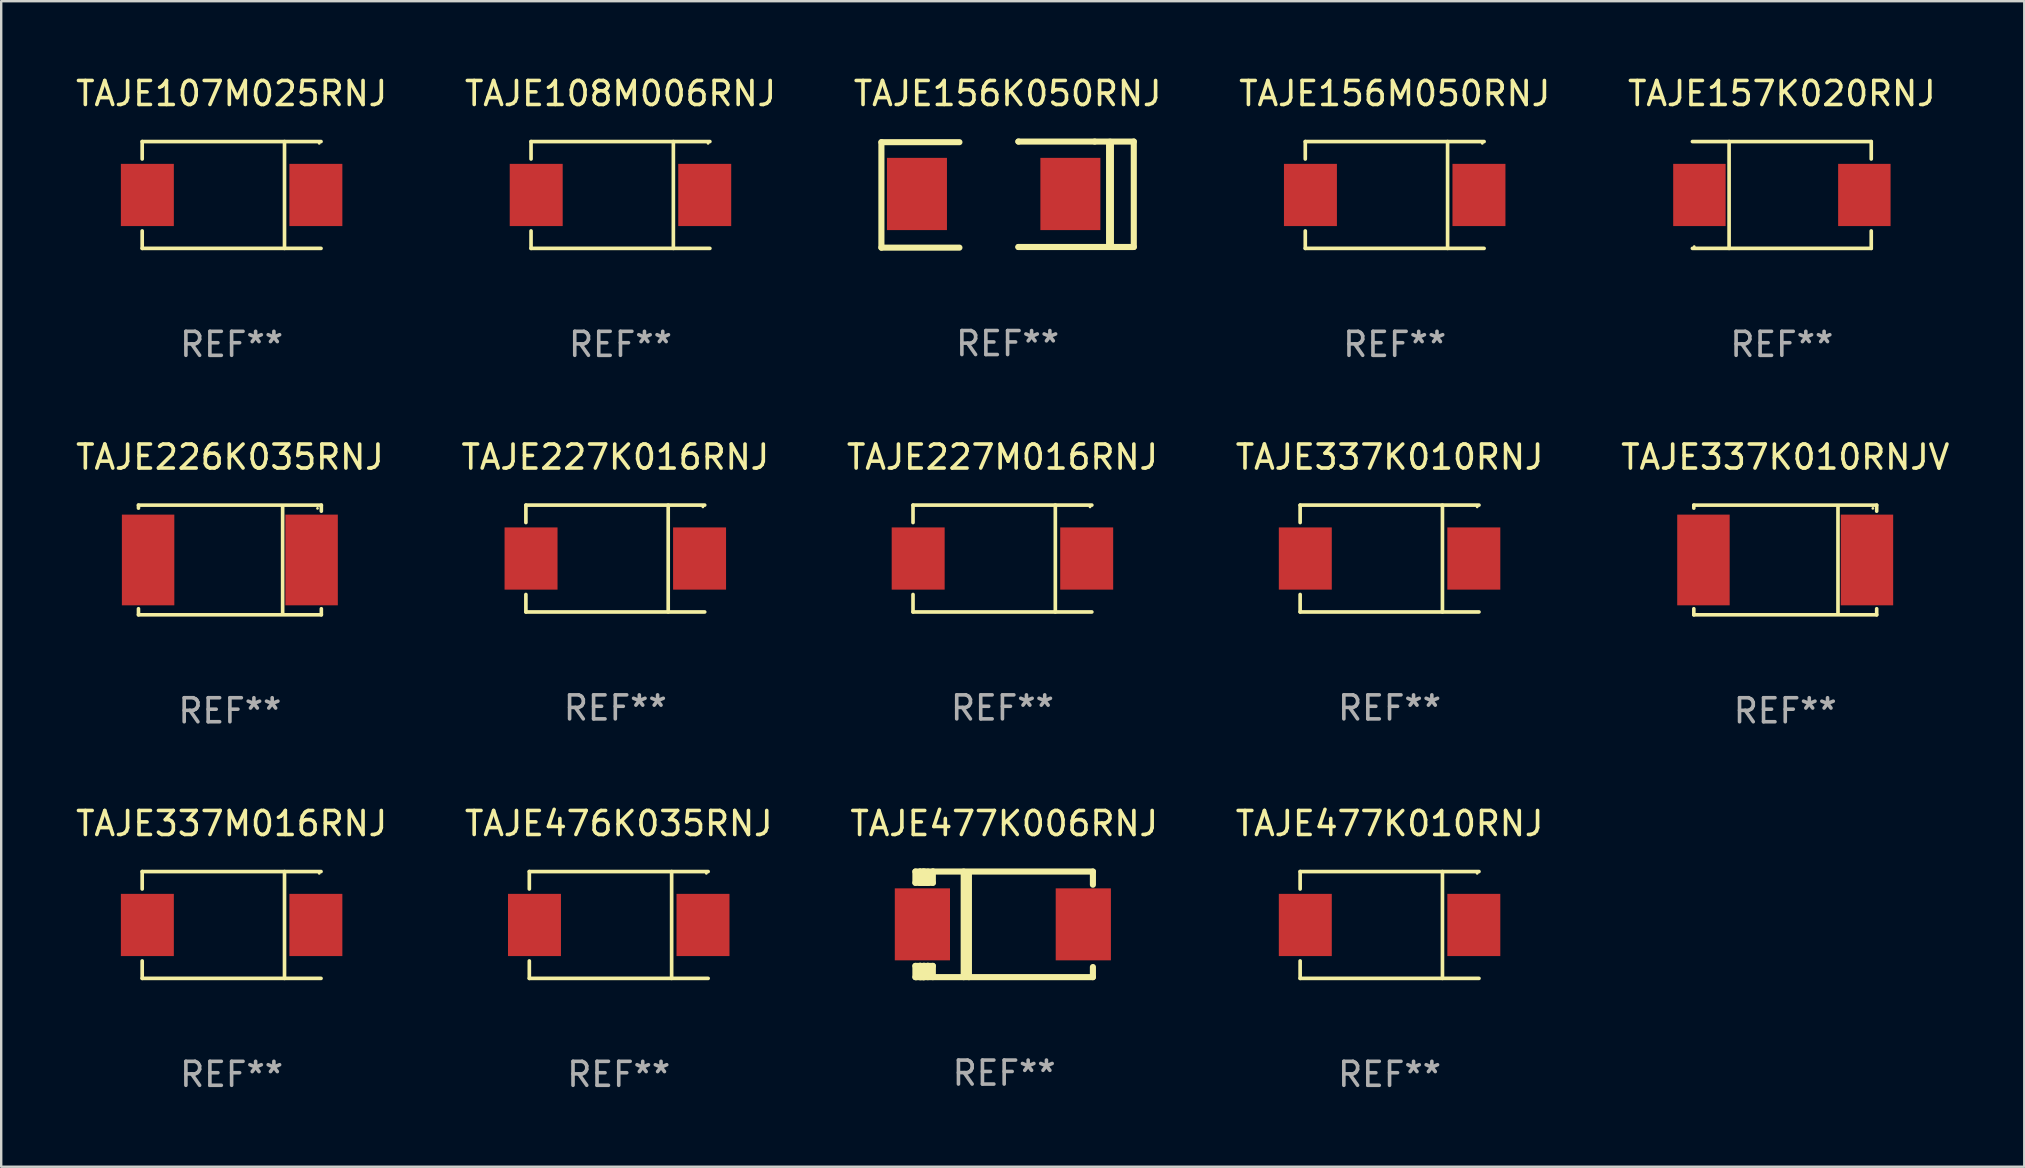
<source format=kicad_pcb>
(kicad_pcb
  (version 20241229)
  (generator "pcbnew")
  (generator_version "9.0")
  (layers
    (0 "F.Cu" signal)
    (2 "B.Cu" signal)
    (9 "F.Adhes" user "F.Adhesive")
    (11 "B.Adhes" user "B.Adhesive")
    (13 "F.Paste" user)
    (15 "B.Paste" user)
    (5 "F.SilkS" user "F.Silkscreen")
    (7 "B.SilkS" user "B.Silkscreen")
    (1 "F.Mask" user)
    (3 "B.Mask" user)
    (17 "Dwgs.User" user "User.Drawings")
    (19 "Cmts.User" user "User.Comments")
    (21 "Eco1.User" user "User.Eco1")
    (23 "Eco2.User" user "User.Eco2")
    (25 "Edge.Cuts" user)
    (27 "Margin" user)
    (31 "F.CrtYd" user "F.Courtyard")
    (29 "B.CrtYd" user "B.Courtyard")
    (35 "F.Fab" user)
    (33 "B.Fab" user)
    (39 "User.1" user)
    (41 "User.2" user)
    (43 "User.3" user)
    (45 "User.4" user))
  (footprint "TAJE226K035RNJ"
    (layer "F.Cu")
    (at 6.53 20.283)
    (property "Reference" "TAJE226K035RNJ" (at 0 -4.286 0) (layer "F.SilkS") (effects (font (size 1 1) (thickness 0.15))))
    (attr through_hole)
    (fp_line (start -3.81 -2.286) (end -3.81 -2.159) (stroke (width 0.15) (type solid)) (layer "F.SilkS"))
    (fp_line (start -3.81 2.032) (end -3.81 2.286) (stroke (width 0.15) (type solid)) (layer "F.SilkS"))
    (fp_line (start -3.81 2.286) (end 3.81 2.286) (stroke (width 0.15) (type solid)) (layer "F.SilkS"))
    (fp_line (start 2.197 -2.226) (end 2.197 2.226) (stroke (width 0.152) (type solid)) (layer "F.SilkS"))
    (fp_line (start 3.81 -2.286) (end -3.81 -2.286) (stroke (width 0.15) (type solid)) (layer "F.SilkS"))
    (fp_line (start 3.81 -2.032) (end 3.81 -2.286) (stroke (width 0.15) (type solid)) (layer "F.SilkS"))
    (fp_line (start 3.81 2.286) (end 3.81 2.032) (stroke (width 0.15) (type solid)) (layer "F.SilkS"))
    (fp_circle (center 3.65 -2.15) (end 3.68 -2.15) (stroke (width 0.06) (type solid)) (fill no) (layer "F.SilkS"))
    (fp_text user "REF**" (at 0 6.286 0) (layer "F.Fab") (effects (font (size 1 1) (thickness 0.15))))
    (pad "1" smd rect (at 3.404 0 180) (size 2.185 3.78) (layers "F.Cu" "F.Mask" "F.Paste"))
    (pad "2" smd rect (at -3.409 0 180) (size 2.185 3.78) (layers "F.Cu" "F.Mask" "F.Paste")))
  (footprint "TAJE156M050RNJ"
    (layer "F.Cu")
    (at 55.065 5.074)
    (property "Reference" "TAJE156M050RNJ" (at 0 -4.226 0) (layer "F.SilkS") (effects (font (size 1 1) (thickness 0.15))))
    (attr through_hole)
    (fp_line (start -3.726 -2.226) (end -3.726 -1.499) (stroke (width 0.152) (type solid)) (layer "F.SilkS"))
    (fp_line (start -3.726 -2.226) (end 3.726 -2.226) (stroke (width 0.152) (type solid)) (layer "F.SilkS"))
    (fp_line (start -3.726 2.226) (end -3.726 1.499) (stroke (width 0.152) (type solid)) (layer "F.SilkS"))
    (fp_line (start -3.726 2.226) (end 3.726 2.226) (stroke (width 0.152) (type solid)) (layer "F.SilkS"))
    (fp_line (start 2.204 -2.226) (end 2.204 2.226) (stroke (width 0.152) (type solid)) (layer "F.SilkS"))
    (fp_circle (center 3.65 -2.15) (end 3.68 -2.15) (stroke (width 0.06) (type solid)) (fill no) (layer "F.SilkS"))
    (fp_text user "REF**" (at 0 6.226 0) (layer "F.Fab") (effects (font (size 1 1) (thickness 0.15))))
    (pad "1" smd rect (at 3.511 0) (size 2.207 2.592) (layers "F.Cu" "F.Mask" "F.Paste"))
    (pad "2" smd rect (at -3.511 0) (size 2.207 2.592) (layers "F.Cu" "F.Mask" "F.Paste")))
  (footprint "TAJE477K006RNJ"
    (layer "F.Cu")
    (at 38.792 35.466)
    (property "Reference" "TAJE477K006RNJ" (at 0 -4.2 0) (layer "F.SilkS") (effects (font (size 1 1) (thickness 0.15))))
    (attr through_hole)
    (fp_line (start -3.698 -2.2) (end -3.502 -2.2) (stroke (width 0.254) (type solid)) (layer "F.SilkS"))
    (fp_line (start -3.698 -1.731) (end -3.698 -2.2) (stroke (width 0.254) (type solid)) (layer "F.SilkS"))
    (fp_line (start -3.698 -1.731) (end -3.502 -1.731) (stroke (width 0.254) (type solid)) (layer "F.SilkS"))
    (fp_line (start -3.698 1.731) (end -3.502 1.731) (stroke (width 0.254) (type solid)) (layer "F.SilkS"))
    (fp_line (start -3.698 2.2) (end -3.698 1.731) (stroke (width 0.254) (type solid)) (layer "F.SilkS"))
    (fp_line (start -3.66 2.2) (end -3.698 2.2) (stroke (width 0.254) (type solid)) (layer "F.SilkS"))
    (fp_line (start -3.66 2.2) (end -3.346 2.2) (stroke (width 0.254) (type solid)) (layer "F.SilkS"))
    (fp_line (start -3.502 -2.2) (end 3.698 -2.2) (stroke (width 0.254) (type solid)) (layer "F.SilkS"))
    (fp_line (start -3.502 -1.731) (end -3.502 -2.2) (stroke (width 0.254) (type solid)) (layer "F.SilkS"))
    (fp_line (start -3.502 1.731) (end -3.502 1.778) (stroke (width 0.254) (type solid)) (layer "F.SilkS"))
    (fp_line (start -3.502 1.731) (end -3.178 1.731) (stroke (width 0.254) (type solid)) (layer "F.SilkS"))
    (fp_line (start -3.502 1.778) (end -3.502 1.731) (stroke (width 0.254) (type solid)) (layer "F.SilkS"))
    (fp_line (start -3.502 2.2) (end -3.502 1.778) (stroke (width 0.254) (type solid)) (layer "F.SilkS"))
    (fp_line (start -3.502 2.2) (end 3.698 2.2) (stroke (width 0.254) (type solid)) (layer "F.SilkS"))
    (fp_line (start -3.367 -2.2) (end -3.367 -1.731) (stroke (width 0.254) (type solid)) (layer "F.SilkS"))
    (fp_line (start -3.346 1.731) (end -3.346 2.2) (stroke (width 0.254) (type solid)) (layer "F.SilkS"))
    (fp_line (start -3.346 2.2) (end -3.346 2.2) (stroke (width 0.254) (type solid)) (layer "F.SilkS"))
    (fp_line (start -3.332 1.731) (end -3.346 1.731) (stroke (width 0.254) (type solid)) (layer "F.SilkS"))
    (fp_line (start -3.303 -2.2) (end -3.367 -2.2) (stroke (width 0.254) (type solid)) (layer "F.SilkS"))
    (fp_line (start -3.179 -1.731) (end -3.179 -1.731) (stroke (width 0.254) (type solid)) (layer "F.SilkS"))
    (fp_line (start -3.179 1.731) (end -3.179 2.2) (stroke (width 0.254) (type solid)) (layer "F.SilkS"))
    (fp_line (start -3.178 -1.731) (end -3.502 -1.731) (stroke (width 0.254) (type solid)) (layer "F.SilkS"))
    (fp_line (start -3.178 -1.731) (end -3.179 -1.731) (stroke (width 0.254) (type solid)) (layer "F.SilkS"))
    (fp_line (start -3.178 -1.731) (end -3.178 -2.2) (stroke (width 0.254) (type solid)) (layer "F.SilkS"))
    (fp_line (start -3.178 1.731) (end -3.178 1.731) (stroke (width 0.254) (type solid)) (layer "F.SilkS"))
    (fp_line (start -2.972 -2.2) (end -2.972 -1.731) (stroke (width 0.254) (type solid)) (layer "F.SilkS"))
    (fp_line (start -2.972 -1.731) (end -3.502 -1.731) (stroke (width 0.254) (type solid)) (layer "F.SilkS"))
    (fp_line (start -2.972 1.731) (end -3.179 1.731) (stroke (width 0.254) (type solid)) (layer "F.SilkS"))
    (fp_line (start -2.972 1.731) (end -2.972 2.2) (stroke (width 0.254) (type solid)) (layer "F.SilkS"))
    (fp_line (start -2.957 -2.2) (end -2.972 -2.2) (stroke (width 0.254) (type solid)) (layer "F.SilkS"))
    (fp_line (start -1.686 -2.2) (end -1.686 2.2) (stroke (width 0.254) (type solid)) (layer "F.SilkS"))
    (fp_line (start -1.469 -2.159) (end -1.469 2.2) (stroke (width 0.254) (type solid)) (layer "F.SilkS"))
    (fp_line (start -1.452 -2.159) (end -1.469 -2.159) (stroke (width 0.254) (type solid)) (layer "F.SilkS"))
    (fp_line (start 3.698 -2.2) (end 3.698 -1.651) (stroke (width 0.254) (type solid)) (layer "F.SilkS"))
    (fp_line (start 3.698 2.2) (end 3.698 1.778) (stroke (width 0.254) (type solid)) (layer "F.SilkS"))
    (fp_circle (center -3.552 2.15) (end -3.522 2.15) (stroke (width 0.06) (type solid)) (fill no) (layer "F.SilkS"))
    (fp_text user "REF**" (at 0 6.2 0) (layer "F.Fab") (effects (font (size 1 1) (thickness 0.15))))
    (pad "1" smd rect (at -3.407 0) (size 2.3 3) (layers "F.Cu" "F.Mask" "F.Paste"))
    (pad "2" smd rect (at 3.298 0) (size 2.3 3) (layers "F.Cu" "F.Mask" "F.Paste")))
  (footprint "TAJE157K020RNJ"
    (layer "F.Cu")
    (at 71.196 5.074)
    (property "Reference" "TAJE157K020RNJ" (at 0 -4.226 0) (layer "F.SilkS") (effects (font (size 1 1) (thickness 0.15))))
    (attr through_hole)
    (fp_line (start -3.726 -2.226) (end 3.726 -2.226) (stroke (width 0.152) (type solid)) (layer "F.SilkS"))
    (fp_line (start -3.726 2.226) (end 3.726 2.226) (stroke (width 0.152) (type solid)) (layer "F.SilkS"))
    (fp_line (start -2.197 -2.226) (end -2.197 2.226) (stroke (width 0.152) (type solid)) (layer "F.SilkS"))
    (fp_line (start 3.726 -2.226) (end 3.726 -1.499) (stroke (width 0.152) (type solid)) (layer "F.SilkS"))
    (fp_line (start 3.726 2.226) (end 3.726 1.499) (stroke (width 0.152) (type solid)) (layer "F.SilkS"))
    (fp_circle (center -3.65 2.15) (end -3.62 2.15) (stroke (width 0.06) (type solid)) (fill no) (layer "F.SilkS"))
    (fp_text user "REF**" (at 0 6.226 0) (layer "F.Fab") (effects (font (size 1 1) (thickness 0.15))))
    (pad "1" smd rect (at -3.434 0 180) (size 2.185 2.592) (layers "F.Cu" "F.Mask" "F.Paste"))
    (pad "2" smd rect (at 3.439 0 180) (size 2.185 2.592) (layers "F.Cu" "F.Mask" "F.Paste")))
  (footprint "TAJE337M016RNJ"
    (layer "F.Cu")
    (at 6.601 35.492)
    (property "Reference" "TAJE337M016RNJ" (at 0 -4.226 0) (layer "F.SilkS") (effects (font (size 1 1) (thickness 0.15))))
    (attr through_hole)
    (fp_line (start -3.726 -2.226) (end -3.726 -1.499) (stroke (width 0.152) (type solid)) (layer "F.SilkS"))
    (fp_line (start -3.726 -2.226) (end 3.726 -2.226) (stroke (width 0.152) (type solid)) (layer "F.SilkS"))
    (fp_line (start -3.726 2.226) (end -3.726 1.499) (stroke (width 0.152) (type solid)) (layer "F.SilkS"))
    (fp_line (start -3.726 2.226) (end 3.726 2.226) (stroke (width 0.152) (type solid)) (layer "F.SilkS"))
    (fp_line (start 2.204 -2.226) (end 2.204 2.226) (stroke (width 0.152) (type solid)) (layer "F.SilkS"))
    (fp_circle (center 3.65 -2.15) (end 3.68 -2.15) (stroke (width 0.06) (type solid)) (fill no) (layer "F.SilkS"))
    (fp_text user "REF**" (at 0 6.226 0) (layer "F.Fab") (effects (font (size 1 1) (thickness 0.15))))
    (pad "1" smd rect (at 3.511 0) (size 2.207 2.592) (layers "F.Cu" "F.Mask" "F.Paste"))
    (pad "2" smd rect (at -3.511 0) (size 2.207 2.592) (layers "F.Cu" "F.Mask" "F.Paste")))
  (footprint "TAJE337K010RNJV"
    (layer "F.Cu")
    (at 71.339 20.283)
    (property "Reference" "TAJE337K010RNJV" (at 0 -4.286 0) (layer "F.SilkS") (effects (font (size 1 1) (thickness 0.15))))
    (attr through_hole)
    (fp_line (start -3.81 -2.286) (end -3.81 -2.159) (stroke (width 0.15) (type solid)) (layer "F.SilkS"))
    (fp_line (start -3.81 2.032) (end -3.81 2.286) (stroke (width 0.15) (type solid)) (layer "F.SilkS"))
    (fp_line (start -3.81 2.286) (end 3.81 2.286) (stroke (width 0.15) (type solid)) (layer "F.SilkS"))
    (fp_line (start 2.197 -2.226) (end 2.197 2.226) (stroke (width 0.152) (type solid)) (layer "F.SilkS"))
    (fp_line (start 3.81 -2.286) (end -3.81 -2.286) (stroke (width 0.15) (type solid)) (layer "F.SilkS"))
    (fp_line (start 3.81 -2.032) (end 3.81 -2.286) (stroke (width 0.15) (type solid)) (layer "F.SilkS"))
    (fp_line (start 3.81 2.286) (end 3.81 2.032) (stroke (width 0.15) (type solid)) (layer "F.SilkS"))
    (fp_circle (center 3.65 -2.15) (end 3.68 -2.15) (stroke (width 0.06) (type solid)) (fill no) (layer "F.SilkS"))
    (fp_text user "REF**" (at 0 6.286 0) (layer "F.Fab") (effects (font (size 1 1) (thickness 0.15))))
    (pad "1" smd rect (at 3.404 0 180) (size 2.185 3.78) (layers "F.Cu" "F.Mask" "F.Paste"))
    (pad "2" smd rect (at -3.409 0 180) (size 2.185 3.78) (layers "F.Cu" "F.Mask" "F.Paste")))
  (footprint "TAJE476K035RNJ"
    (layer "F.Cu")
    (at 22.732 35.492)
    (property "Reference" "TAJE476K035RNJ" (at 0 -4.226 0) (layer "F.SilkS") (effects (font (size 1 1) (thickness 0.15))))
    (attr through_hole)
    (fp_line (start -3.726 -2.226) (end -3.726 -1.499) (stroke (width 0.152) (type solid)) (layer "F.SilkS"))
    (fp_line (start -3.726 -2.226) (end 3.726 -2.226) (stroke (width 0.152) (type solid)) (layer "F.SilkS"))
    (fp_line (start -3.726 2.226) (end -3.726 1.499) (stroke (width 0.152) (type solid)) (layer "F.SilkS"))
    (fp_line (start -3.726 2.226) (end 3.726 2.226) (stroke (width 0.152) (type solid)) (layer "F.SilkS"))
    (fp_line (start 2.204 -2.226) (end 2.204 2.226) (stroke (width 0.152) (type solid)) (layer "F.SilkS"))
    (fp_circle (center 3.65 -2.15) (end 3.68 -2.15) (stroke (width 0.06) (type solid)) (fill no) (layer "F.SilkS"))
    (fp_text user "REF**" (at 0 6.226 0) (layer "F.Fab") (effects (font (size 1 1) (thickness 0.15))))
    (pad "1" smd rect (at 3.511 0) (size 2.207 2.592) (layers "F.Cu" "F.Mask" "F.Paste"))
    (pad "2" smd rect (at -3.511 0) (size 2.207 2.592) (layers "F.Cu" "F.Mask" "F.Paste")))
  (footprint "TAJE227M016RNJ"
    (layer "F.Cu")
    (at 38.72 20.223)
    (property "Reference" "TAJE227M016RNJ" (at 0 -4.226 0) (layer "F.SilkS") (effects (font (size 1 1) (thickness 0.15))))
    (attr through_hole)
    (fp_line (start -3.726 -2.226) (end -3.726 -1.499) (stroke (width 0.152) (type solid)) (layer "F.SilkS"))
    (fp_line (start -3.726 -2.226) (end 3.726 -2.226) (stroke (width 0.152) (type solid)) (layer "F.SilkS"))
    (fp_line (start -3.726 2.226) (end -3.726 1.499) (stroke (width 0.152) (type solid)) (layer "F.SilkS"))
    (fp_line (start -3.726 2.226) (end 3.726 2.226) (stroke (width 0.152) (type solid)) (layer "F.SilkS"))
    (fp_line (start 2.204 -2.226) (end 2.204 2.226) (stroke (width 0.152) (type solid)) (layer "F.SilkS"))
    (fp_circle (center 3.65 -2.15) (end 3.68 -2.15) (stroke (width 0.06) (type solid)) (fill no) (layer "F.SilkS"))
    (fp_text user "REF**" (at 0 6.226 0) (layer "F.Fab") (effects (font (size 1 1) (thickness 0.15))))
    (pad "1" smd rect (at 3.511 0) (size 2.207 2.592) (layers "F.Cu" "F.Mask" "F.Paste"))
    (pad "2" smd rect (at -3.511 0) (size 2.207 2.592) (layers "F.Cu" "F.Mask" "F.Paste")))
  (footprint "TAJE337K010RNJ"
    (layer "F.Cu")
    (at 54.851 20.223)
    (property "Reference" "TAJE337K010RNJ" (at 0 -4.226 0) (layer "F.SilkS") (effects (font (size 1 1) (thickness 0.15))))
    (attr through_hole)
    (fp_line (start -3.726 -2.226) (end -3.726 -1.499) (stroke (width 0.152) (type solid)) (layer "F.SilkS"))
    (fp_line (start -3.726 -2.226) (end 3.726 -2.226) (stroke (width 0.152) (type solid)) (layer "F.SilkS"))
    (fp_line (start -3.726 2.226) (end -3.726 1.499) (stroke (width 0.152) (type solid)) (layer "F.SilkS"))
    (fp_line (start -3.726 2.226) (end 3.726 2.226) (stroke (width 0.152) (type solid)) (layer "F.SilkS"))
    (fp_line (start 2.204 -2.226) (end 2.204 2.226) (stroke (width 0.152) (type solid)) (layer "F.SilkS"))
    (fp_circle (center 3.65 -2.15) (end 3.68 -2.15) (stroke (width 0.06) (type solid)) (fill no) (layer "F.SilkS"))
    (fp_text user "REF**" (at 0 6.226 0) (layer "F.Fab") (effects (font (size 1 1) (thickness 0.15))))
    (pad "1" smd rect (at 3.511 0) (size 2.207 2.592) (layers "F.Cu" "F.Mask" "F.Paste"))
    (pad "2" smd rect (at -3.511 0) (size 2.207 2.592) (layers "F.Cu" "F.Mask" "F.Paste")))
  (footprint "TAJE227K016RNJ"
    (layer "F.Cu")
    (at 22.589 20.223)
    (property "Reference" "TAJE227K016RNJ" (at 0 -4.226 0) (layer "F.SilkS") (effects (font (size 1 1) (thickness 0.15))))
    (attr through_hole)
    (fp_line (start -3.726 -2.226) (end -3.726 -1.499) (stroke (width 0.152) (type solid)) (layer "F.SilkS"))
    (fp_line (start -3.726 -2.226) (end 3.726 -2.226) (stroke (width 0.152) (type solid)) (layer "F.SilkS"))
    (fp_line (start -3.726 2.226) (end -3.726 1.499) (stroke (width 0.152) (type solid)) (layer "F.SilkS"))
    (fp_line (start -3.726 2.226) (end 3.726 2.226) (stroke (width 0.152) (type solid)) (layer "F.SilkS"))
    (fp_line (start 2.204 -2.226) (end 2.204 2.226) (stroke (width 0.152) (type solid)) (layer "F.SilkS"))
    (fp_circle (center 3.65 -2.15) (end 3.68 -2.15) (stroke (width 0.06) (type solid)) (fill no) (layer "F.SilkS"))
    (fp_text user "REF**" (at 0 6.226 0) (layer "F.Fab") (effects (font (size 1 1) (thickness 0.15))))
    (pad "1" smd rect (at 3.511 0) (size 2.207 2.592) (layers "F.Cu" "F.Mask" "F.Paste"))
    (pad "2" smd rect (at -3.511 0) (size 2.207 2.592) (layers "F.Cu" "F.Mask" "F.Paste")))
  (footprint "TAJE477K010RNJ"
    (layer "F.Cu")
    (at 54.851 35.492)
    (property "Reference" "TAJE477K010RNJ" (at 0 -4.226 0) (layer "F.SilkS") (effects (font (size 1 1) (thickness 0.15))))
    (attr through_hole)
    (fp_line (start -3.726 -2.226) (end -3.726 -1.499) (stroke (width 0.152) (type solid)) (layer "F.SilkS"))
    (fp_line (start -3.726 -2.226) (end 3.726 -2.226) (stroke (width 0.152) (type solid)) (layer "F.SilkS"))
    (fp_line (start -3.726 2.226) (end -3.726 1.499) (stroke (width 0.152) (type solid)) (layer "F.SilkS"))
    (fp_line (start -3.726 2.226) (end 3.726 2.226) (stroke (width 0.152) (type solid)) (layer "F.SilkS"))
    (fp_line (start 2.204 -2.226) (end 2.204 2.226) (stroke (width 0.152) (type solid)) (layer "F.SilkS"))
    (fp_circle (center 3.65 -2.15) (end 3.68 -2.15) (stroke (width 0.06) (type solid)) (fill no) (layer "F.SilkS"))
    (fp_text user "REF**" (at 0 6.226 0) (layer "F.Fab") (effects (font (size 1 1) (thickness 0.15))))
    (pad "1" smd rect (at 3.511 0) (size 2.207 2.592) (layers "F.Cu" "F.Mask" "F.Paste"))
    (pad "2" smd rect (at -3.511 0) (size 2.207 2.592) (layers "F.Cu" "F.Mask" "F.Paste")))
  (footprint "TAJE108M006RNJ"
    (layer "F.Cu")
    (at 22.804 5.074)
    (property "Reference" "TAJE108M006RNJ" (at 0 -4.226 0) (layer "F.SilkS") (effects (font (size 1 1) (thickness 0.15))))
    (attr through_hole)
    (fp_line (start -3.726 -2.226) (end -3.726 -1.499) (stroke (width 0.152) (type solid)) (layer "F.SilkS"))
    (fp_line (start -3.726 -2.226) (end 3.726 -2.226) (stroke (width 0.152) (type solid)) (layer "F.SilkS"))
    (fp_line (start -3.726 2.226) (end -3.726 1.499) (stroke (width 0.152) (type solid)) (layer "F.SilkS"))
    (fp_line (start -3.726 2.226) (end 3.726 2.226) (stroke (width 0.152) (type solid)) (layer "F.SilkS"))
    (fp_line (start 2.204 -2.226) (end 2.204 2.226) (stroke (width 0.152) (type solid)) (layer "F.SilkS"))
    (fp_circle (center 3.65 -2.15) (end 3.68 -2.15) (stroke (width 0.06) (type solid)) (fill no) (layer "F.SilkS"))
    (fp_text user "REF**" (at 0 6.226 0) (layer "F.Fab") (effects (font (size 1 1) (thickness 0.15))))
    (pad "1" smd rect (at 3.511 0) (size 2.207 2.592) (layers "F.Cu" "F.Mask" "F.Paste"))
    (pad "2" smd rect (at -3.511 0) (size 2.207 2.592) (layers "F.Cu" "F.Mask" "F.Paste")))
  (footprint "TAJE107M025RNJ"
    (layer "F.Cu")
    (at 6.601 5.074)
    (property "Reference" "TAJE107M025RNJ" (at 0 -4.226 0) (layer "F.SilkS") (effects (font (size 1 1) (thickness 0.15))))
    (attr through_hole)
    (fp_line (start -3.726 -2.226) (end -3.726 -1.499) (stroke (width 0.152) (type solid)) (layer "F.SilkS"))
    (fp_line (start -3.726 -2.226) (end 3.726 -2.226) (stroke (width 0.152) (type solid)) (layer "F.SilkS"))
    (fp_line (start -3.726 2.226) (end -3.726 1.499) (stroke (width 0.152) (type solid)) (layer "F.SilkS"))
    (fp_line (start -3.726 2.226) (end 3.726 2.226) (stroke (width 0.152) (type solid)) (layer "F.SilkS"))
    (fp_line (start 2.204 -2.226) (end 2.204 2.226) (stroke (width 0.152) (type solid)) (layer "F.SilkS"))
    (fp_circle (center 3.65 -2.15) (end 3.68 -2.15) (stroke (width 0.06) (type solid)) (fill no) (layer "F.SilkS"))
    (fp_text user "REF**" (at 0 6.226 0) (layer "F.Fab") (effects (font (size 1 1) (thickness 0.15))))
    (pad "1" smd rect (at 3.511 0) (size 2.207 2.592) (layers "F.Cu" "F.Mask" "F.Paste"))
    (pad "2" smd rect (at -3.511 0) (size 2.207 2.592) (layers "F.Cu" "F.Mask" "F.Paste")))
  (footprint "TAJE156K050RNJ"
    (layer "F.Cu")
    (at 38.935 5.058)
    (property "Reference" "TAJE156K050RNJ" (at 0 -4.21 0) (layer "F.SilkS") (effects (font (size 1 1) (thickness 0.15))))
    (attr through_hole)
    (fp_line (start -5.258 -2.184) (end -2.007 -2.184) (stroke (width 0.254) (type solid)) (layer "F.SilkS"))
    (fp_line (start -5.258 2.21) (end -5.258 -2.184) (stroke (width 0.254) (type solid)) (layer "F.SilkS"))
    (fp_line (start -2.007 2.21) (end -5.258 2.21) (stroke (width 0.254) (type solid)) (layer "F.SilkS"))
    (fp_line (start 0.45 -2.21) (end 3.63 -2.21) (stroke (width 0.254) (type solid)) (layer "F.SilkS"))
    (fp_line (start 0.45 2.184) (end 0.457 2.184) (stroke (width 0.254) (type solid)) (layer "F.SilkS"))
    (fp_line (start 0.457 -2.21) (end 0.45 -2.21) (stroke (width 0.254) (type solid)) (layer "F.SilkS"))
    (fp_line (start 3.63 -2.21) (end 5.258 -2.21) (stroke (width 0.254) (type solid)) (layer "F.SilkS"))
    (fp_line (start 4.267 2.134) (end 4.267 -2.166) (stroke (width 0.33) (type solid)) (layer "F.SilkS"))
    (fp_line (start 5.258 -2.21) (end 5.258 2.184) (stroke (width 0.254) (type solid)) (layer "F.SilkS"))
    (fp_line (start 5.258 2.184) (end 0.45 2.184) (stroke (width 0.254) (type solid)) (layer "F.SilkS"))
    (fp_circle (center 2.964 -2.176) (end 2.994 -2.176) (stroke (width 0.06) (type solid)) (fill no) (layer "F.SilkS"))
    (fp_text user "REF**" (at 0 6.21 0) (layer "F.Fab") (effects (font (size 1 1) (thickness 0.15))))
    (pad "1" smd rect (at 2.616 -0.025 180) (size 2.5 3.01) (layers "F.Cu" "F.Mask" "F.Paste"))
    (pad "2" smd rect (at -3.777 -0.025 180) (size 2.5 3.01) (layers "F.Cu" "F.Mask" "F.Paste")))
  (gr_rect
    (start -3 -3)
    (end 81.298 45.566)
    (stroke (width 0.1) (type default))
    (fill no)
    (layer "Edge.Cuts")))
</source>
